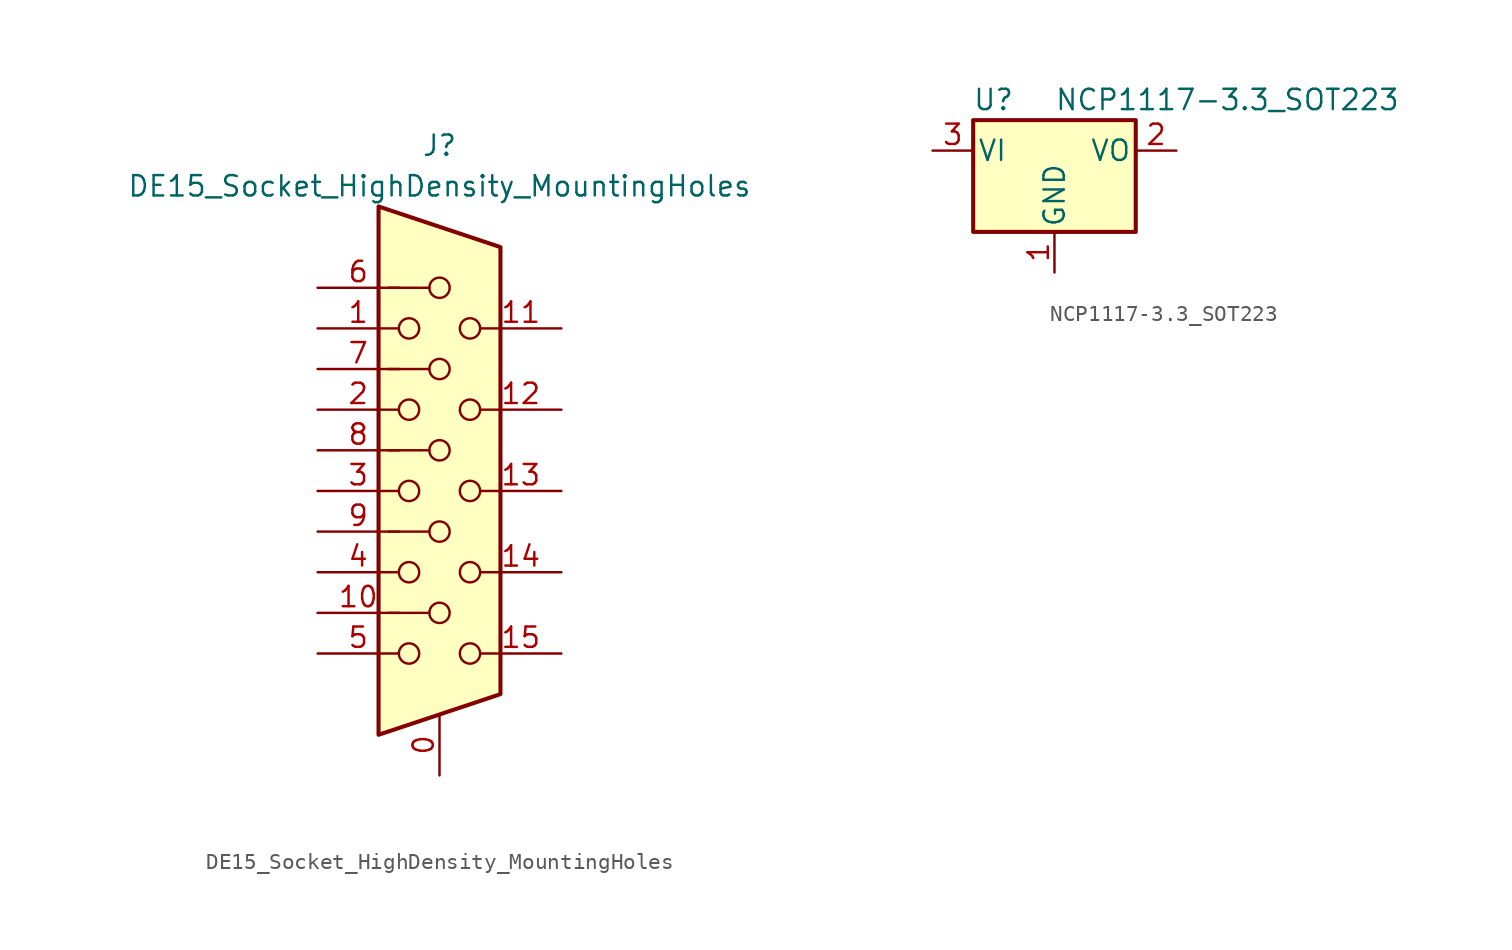
<source format=kicad_sym>
(kicad_symbol_lib
  (version 20241209)
  (generator "kicad_symbol_editor")
  (generator_version "9.0")
  (symbol "DE15_Socket_HighDensity_MountingHoles"
    (pin_names
      (offset 1.016)
      (hide yes))
    (property "Reference" "J"
      (at 0 21.59 0)
      (effects (font (size 1.27 1.27))))
    (property "Value" "DE15_Socket_HighDensity_MountingHoles"
      (at 0 19.05 0)
      (effects (font (size 1.27 1.27))))
    (symbol "DE15_Socket_HighDensity_MountingHoles_0_1"
      (polyline (pts (xy -3.81 17.78) (xy -3.81 -15.24) (xy 3.81 -12.7) (xy 3.81 15.24) (xy -3.81 17.78)) (stroke (width 0.254) (type default)) (fill (type background)))
      (polyline (pts (xy -3.175 7.62) (xy -0.635 7.62)) (stroke (width 0) (type default)) (fill (type none)))
      (circle (center -1.905 10.16) (radius 0.635) (stroke (width 0) (type default)) (fill (type none)))
      (circle (center -1.905 5.08) (radius 0.635) (stroke (width 0) (type default)) (fill (type none)))
      (circle (center -1.905 0) (radius 0.635) (stroke (width 0) (type default)) (fill (type none)))
      (circle (center -1.905 -5.08) (radius 0.635) (stroke (width 0) (type default)) (fill (type none)))
      (circle (center -1.905 -10.16) (radius 0.635) (stroke (width 0) (type default)) (fill (type none)))
      (polyline (pts (xy -0.635 12.7) (xy -3.175 12.7)) (stroke (width 0) (type default)) (fill (type none)))
      (polyline (pts (xy -0.635 2.54) (xy -3.175 2.54)) (stroke (width 0) (type default)) (fill (type none)))
      (polyline (pts (xy -0.635 -2.54) (xy -3.175 -2.54)) (stroke (width 0) (type default)) (fill (type none)))
      (polyline (pts (xy -0.635 -7.62) (xy -3.175 -7.62)) (stroke (width 0) (type default)) (fill (type none)))
      (circle (center 0 12.7) (radius 0.635) (stroke (width 0) (type default)) (fill (type none)))
      (circle (center 0 7.62) (radius 0.635) (stroke (width 0) (type default)) (fill (type none)))
      (circle (center 0 2.54) (radius 0.635) (stroke (width 0) (type default)) (fill (type none)))
      (circle (center 0 -2.54) (radius 0.635) (stroke (width 0) (type default)) (fill (type none)))
      (circle (center 0 -7.62) (radius 0.635) (stroke (width 0) (type default)) (fill (type none)))
      (circle (center 1.905 10.16) (radius 0.635) (stroke (width 0) (type default)) (fill (type none)))
      (circle (center 1.905 5.08) (radius 0.635) (stroke (width 0) (type default)) (fill (type none)))
      (circle (center 1.905 0) (radius 0.635) (stroke (width 0) (type default)) (fill (type none)))
      (circle (center 1.905 -5.08) (radius 0.635) (stroke (width 0) (type default)) (fill (type none)))
      (circle (center 1.905 -10.16) (radius 0.635) (stroke (width 0) (type default)) (fill (type none))))
    (symbol "DE15_Socket_HighDensity_MountingHoles_1_1"
      (pin passive line (at -7.62 12.7 0) (length 5.08) (name "~" (effects (font (size 1.27 1.27)))) (number "6" (effects (font (size 1.27 1.27)))))
      (pin passive line (at -7.62 10.16 0) (length 5.08) (name "~" (effects (font (size 1.27 1.27)))) (number "1" (effects (font (size 1.27 1.27)))))
      (pin passive line (at -7.62 7.62 0) (length 5.08) (name "~" (effects (font (size 1.27 1.27)))) (number "7" (effects (font (size 1.27 1.27)))))
      (pin passive line (at -7.62 5.08 0) (length 5.08) (name "~" (effects (font (size 1.27 1.27)))) (number "2" (effects (font (size 1.27 1.27)))))
      (pin passive line (at -7.62 2.54 0) (length 5.08) (name "~" (effects (font (size 1.27 1.27)))) (number "8" (effects (font (size 1.27 1.27)))))
      (pin passive line (at -7.62 0 0) (length 5.08) (name "~" (effects (font (size 1.27 1.27)))) (number "3" (effects (font (size 1.27 1.27)))))
      (pin passive line (at -7.62 -2.54 0) (length 5.08) (name "~" (effects (font (size 1.27 1.27)))) (number "9" (effects (font (size 1.27 1.27)))))
      (pin passive line (at -7.62 -5.08 0) (length 5.08) (name "~" (effects (font (size 1.27 1.27)))) (number "4" (effects (font (size 1.27 1.27)))))
      (pin passive line (at -7.62 -7.62 0) (length 5.08) (name "~" (effects (font (size 1.27 1.27)))) (number "10" (effects (font (size 1.27 1.27)))))
      (pin passive line (at -7.62 -10.16 0) (length 5.08) (name "~" (effects (font (size 1.27 1.27)))) (number "5" (effects (font (size 1.27 1.27)))))
      (pin passive line (at 0 -17.78 90) (length 3.81) (name "~" (effects (font (size 1.27 1.27)))) (number "0" (effects (font (size 1.27 1.27)))))
      (pin passive line (at 7.62 10.16 180) (length 5.08) (name "~" (effects (font (size 1.27 1.27)))) (number "11" (effects (font (size 1.27 1.27)))))
      (pin passive line (at 7.62 5.08 180) (length 5.08) (name "~" (effects (font (size 1.27 1.27)))) (number "12" (effects (font (size 1.27 1.27)))))
      (pin passive line (at 7.62 0 180) (length 5.08) (name "~" (effects (font (size 1.27 1.27)))) (number "13" (effects (font (size 1.27 1.27)))))
      (pin passive line (at 7.62 -5.08 180) (length 5.08) (name "~" (effects (font (size 1.27 1.27)))) (number "14" (effects (font (size 1.27 1.27)))))
      (pin passive line (at 7.62 -10.16 180) (length 5.08) (name "~" (effects (font (size 1.27 1.27)))) (number "15" (effects (font (size 1.27 1.27)))))))
  (symbol "NCP1117-3.3_SOT223"
    (pin_names
      (offset 0.254))
    (property "Reference" "U"
      (at -3.81 3.175 0)
      (effects (font (size 1.27 1.27))))
    (property "Value" "NCP1117-3.3_SOT223"
      (at 0 3.175 0)
      (effects (font (size 1.27 1.27)) (justify left)))
    (symbol "NCP1117-3.3_SOT223_0_1"
      (rectangle (start -5.08 -5.08) (end 5.08 1.905) (stroke (width 0.254) (type default)) (fill (type background))))
    (symbol "NCP1117-3.3_SOT223_1_1"
      (pin power_in line (at -7.62 0 0) (length 2.54) (name "VI" (effects (font (size 1.27 1.27)))) (number "3" (effects (font (size 1.27 1.27)))))
      (pin power_in line (at 0 -7.62 90) (length 2.54) (name "GND" (effects (font (size 1.27 1.27)))) (number "1" (effects (font (size 1.27 1.27)))))
      (pin power_out line (at 7.62 0 180) (length 2.54) (name "VO" (effects (font (size 1.27 1.27)))) (number "2" (effects (font (size 1.27 1.27))))))))
</source>
